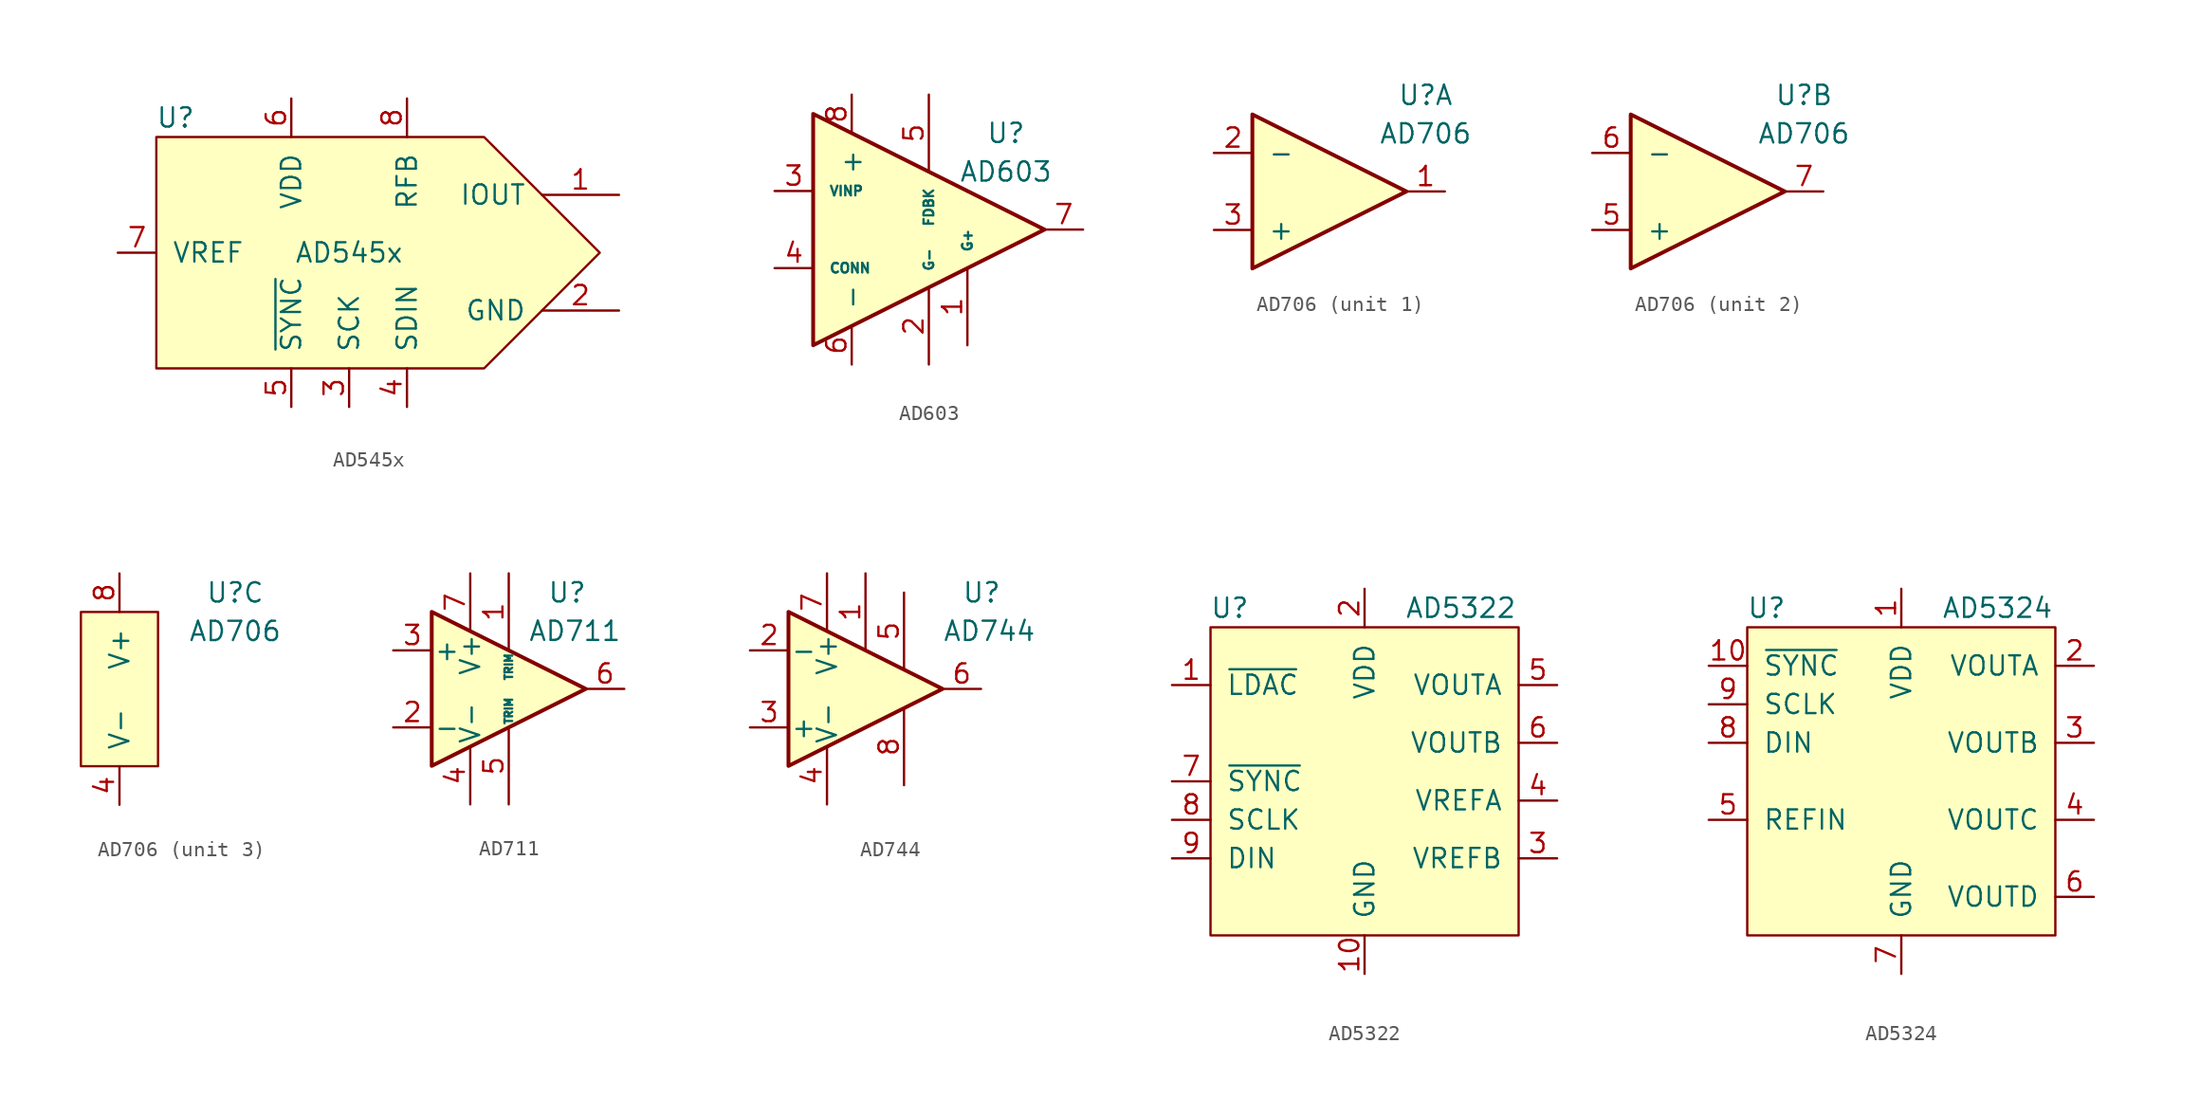
<source format=kicad_sym>
(kicad_symbol_lib
  (version 20211014)
  (generator kicad_symbol_editor)
  (symbol "AD545x"
    (pin_names
      (offset 1.016))
    (property "Reference" "U"
      (at -11.43 8.89 0)
      (effects (font (size 1.27 1.27))))
    (property "Value" "AD545x"
      (at 0 0 0)
      (effects (font (size 1.27 1.27))))
    (symbol "AD545x_0_1"
      (polyline (pts (xy 16.51 0) (xy 8.89 7.62) (xy -12.7 7.62) (xy -12.7 -7.62) (xy 8.89 -7.62) (xy 16.51 0)) (stroke (width 0) (type default) (color 0 0 0 0)) (fill (type background))))
    (symbol "AD545x_1_1"
      (pin output line (at 17.78 3.81 180) (length 5.08) (name "IOUT" (effects (font (size 1.27 1.27)))) (number "1" (effects (font (size 1.27 1.27)))))
      (pin passive line (at 17.78 -3.81 180) (length 5.08) (name "GND" (effects (font (size 1.27 1.27)))) (number "2" (effects (font (size 1.27 1.27)))))
      (pin input line (at 0 -10.16 90) (length 2.54) (name "SCK" (effects (font (size 1.27 1.27)))) (number "3" (effects (font (size 1.27 1.27)))))
      (pin input line (at 3.81 -10.16 90) (length 2.54) (name "SDIN" (effects (font (size 1.27 1.27)))) (number "4" (effects (font (size 1.27 1.27)))))
      (pin input line (at -3.81 -10.16 90) (length 2.54) (name "~{SYNC}" (effects (font (size 1.27 1.27)))) (number "5" (effects (font (size 1.27 1.27)))))
      (pin passive line (at -3.81 10.16 270) (length 2.54) (name "VDD" (effects (font (size 1.27 1.27)))) (number "6" (effects (font (size 1.27 1.27)))))
      (pin input line (at -15.24 0 0) (length 2.54) (name "VREF" (effects (font (size 1.27 1.27)))) (number "7" (effects (font (size 1.27 1.27)))))
      (pin input line (at 3.81 10.16 270) (length 2.54) (name "RFB" (effects (font (size 1.27 1.27)))) (number "8" (effects (font (size 1.27 1.27)))))))
  (symbol "AD603"
    (pin_names
      (offset 1.016))
    (property "Reference" "U"
      (at 6.35 6.35 0)
      (effects (font (size 1.27 1.27))))
    (property "Value" "AD603"
      (at 6.35 3.81 0)
      (effects (font (size 1.27 1.27))))
    (symbol "AD603_1_1"
      (polyline (pts (xy -6.35 7.62) (xy -6.35 -7.62) (xy 8.89 0) (xy -6.35 7.62)) (stroke (width 0.254) (type default) (color 0 0 0 0)) (fill (type background)))
      (pin input line (at 3.81 -7.62 90) (length 5.08) (name "G+" (effects (font (size 0.635 0.635)))) (number "1" (effects (font (size 1.27 1.27)))))
      (pin input line (at 1.27 -8.89 90) (length 5.08) (name "G-" (effects (font (size 0.635 0.635)))) (number "2" (effects (font (size 1.27 1.27)))))
      (pin passive line (at -8.89 2.54 0) (length 2.54) (name "VINP" (effects (font (size 0.635 0.635)))) (number "3" (effects (font (size 1.27 1.27)))))
      (pin passive line (at -8.89 -2.54 0) (length 2.54) (name "CONN" (effects (font (size 0.635 0.635)))) (number "4" (effects (font (size 1.27 1.27)))))
      (pin input line (at 1.27 8.89 270) (length 5.08) (name "FDBK" (effects (font (size 0.635 0.635)))) (number "5" (effects (font (size 1.27 1.27)))))
      (pin power_in line (at -3.81 -8.89 90) (length 2.54) (name "-" (effects (font (size 1.27 1.27)))) (number "6" (effects (font (size 1.27 1.27)))))
      (pin output line (at 11.43 0 180) (length 2.54) (name "~" (effects (font (size 1.27 1.27)))) (number "7" (effects (font (size 1.27 1.27)))))
      (pin power_in line (at -3.81 8.89 270) (length 2.54) (name "+" (effects (font (size 1.27 1.27)))) (number "8" (effects (font (size 1.27 1.27)))))))
  (symbol "AD706"
    (pin_names
      (offset 1.016))
    (property "Reference" "U"
      (at 7.62 6.35 0)
      (effects (font (size 1.27 1.27))))
    (property "Value" "AD706"
      (at 7.62 3.81 0)
      (effects (font (size 1.27 1.27))))
    (symbol "AD706_1_1"
      (polyline (pts (xy -3.81 5.08) (xy 6.35 0) (xy -3.81 -5.08) (xy -3.81 5.08)) (stroke (width 0.254) (type default) (color 0 0 0 0)) (fill (type background)))
      (pin output line (at 8.89 0 180) (length 2.54) (name "~" (effects (font (size 1.27 1.27)))) (number "1" (effects (font (size 1.27 1.27)))))
      (pin input line (at -6.35 2.54 0) (length 2.54) (name "-" (effects (font (size 1.27 1.27)))) (number "2" (effects (font (size 1.27 1.27)))))
      (pin input line (at -6.35 -2.54 0) (length 2.54) (name "+" (effects (font (size 1.27 1.27)))) (number "3" (effects (font (size 1.27 1.27))))))
    (symbol "AD706_2_1"
      (polyline (pts (xy -3.81 5.08) (xy 6.35 0) (xy -3.81 -5.08) (xy -3.81 5.08)) (stroke (width 0.254) (type default) (color 0 0 0 0)) (fill (type background)))
      (pin input line (at -6.35 -2.54 0) (length 2.54) (name "+" (effects (font (size 1.27 1.27)))) (number "5" (effects (font (size 1.27 1.27)))))
      (pin input line (at -6.35 2.54 0) (length 2.54) (name "-" (effects (font (size 1.27 1.27)))) (number "6" (effects (font (size 1.27 1.27)))))
      (pin output line (at 8.89 0 180) (length 2.54) (name "~" (effects (font (size 1.27 1.27)))) (number "7" (effects (font (size 1.27 1.27))))))
    (symbol "AD706_3_1"
      (rectangle (start -2.54 5.08) (end 2.54 -5.08) (stroke (width 0) (type default) (color 0 0 0 0)) (fill (type background)))
      (pin passive line (at 0 -7.62 90) (length 2.54) (name "V-" (effects (font (size 1.27 1.27)))) (number "4" (effects (font (size 1.27 1.27)))))
      (pin passive line (at 0 7.62 270) (length 2.54) (name "V+" (effects (font (size 1.27 1.27)))) (number "8" (effects (font (size 1.27 1.27)))))))
  (symbol "AD711"
    (pin_names
      (offset 0.127))
    (property "Reference" "U"
      (at 2.54 6.35 0)
      (effects (font (size 1.27 1.27)) (justify left)))
    (property "Value" "AD711"
      (at 1.27 3.81 0)
      (effects (font (size 1.27 1.27)) (justify left)))
    (symbol "AD711_0_1"
      (polyline (pts (xy -5.08 5.08) (xy 5.08 0) (xy -5.08 -5.08) (xy -5.08 5.08)) (stroke (width 0.254) (type default) (color 0 0 0 0)) (fill (type background))))
    (symbol "AD711_1_1"
      (pin input line (at 0 7.62 270) (length 5.08) (name "TRIM" (effects (font (size 0.508 0.508)))) (number "1" (effects (font (size 1.27 1.27)))))
      (pin input line (at -7.62 -2.54 0) (length 2.54) (name "-" (effects (font (size 1.27 1.27)))) (number "2" (effects (font (size 1.27 1.27)))))
      (pin input line (at -7.62 2.54 0) (length 2.54) (name "+" (effects (font (size 1.27 1.27)))) (number "3" (effects (font (size 1.27 1.27)))))
      (pin power_in line (at -2.54 -7.62 90) (length 3.81) (name "V-" (effects (font (size 1.27 1.27)))) (number "4" (effects (font (size 1.27 1.27)))))
      (pin input line (at 0 -7.62 90) (length 5.08) (name "TRIM" (effects (font (size 0.508 0.508)))) (number "5" (effects (font (size 1.27 1.27)))))
      (pin output line (at 7.62 0 180) (length 2.54) (name "~" (effects (font (size 1.27 1.27)))) (number "6" (effects (font (size 1.27 1.27)))))
      (pin power_in line (at -2.54 7.62 270) (length 3.81) (name "V+" (effects (font (size 1.27 1.27)))) (number "7" (effects (font (size 1.27 1.27)))))
      (pin no_connect non_logic (at 2.54 -1.27 90) (length 0) hide (name "NC" (effects (font (size 0.508 0.508)))) (number "8" (effects (font (size 1.27 1.27)))))))
  (symbol "AD744"
    (pin_names
      (offset 0.127))
    (property "Reference" "U"
      (at 6.35 6.35 0)
      (effects (font (size 1.27 1.27)) (justify left)))
    (property "Value" "AD744"
      (at 5.08 3.81 0)
      (effects (font (size 1.27 1.27)) (justify left)))
    (symbol "AD744_0_1"
      (polyline (pts (xy -5.08 5.08) (xy 5.08 0) (xy -5.08 -5.08) (xy -5.08 5.08)) (stroke (width 0.254) (type default) (color 0 0 0 0)) (fill (type background))))
    (symbol "AD744_1_1"
      (pin input line (at 0 7.62 270) (length 5.08) (name "~" (effects (font (size 0.508 0.508)))) (number "1" (effects (font (size 1.27 1.27)))))
      (pin input line (at -7.62 2.54 0) (length 2.54) (name "-" (effects (font (size 1.27 1.27)))) (number "2" (effects (font (size 1.27 1.27)))))
      (pin input line (at -7.62 -2.54 0) (length 2.54) (name "+" (effects (font (size 1.27 1.27)))) (number "3" (effects (font (size 1.27 1.27)))))
      (pin power_in line (at -2.54 -7.62 90) (length 3.81) (name "V-" (effects (font (size 1.27 1.27)))) (number "4" (effects (font (size 1.27 1.27)))))
      (pin input line (at 2.54 6.35 270) (length 5.08) (name "~" (effects (font (size 0.508 0.508)))) (number "5" (effects (font (size 1.27 1.27)))))
      (pin output line (at 7.62 0 180) (length 2.54) (name "~" (effects (font (size 1.27 1.27)))) (number "6" (effects (font (size 1.27 1.27)))))
      (pin power_in line (at -2.54 7.62 270) (length 3.81) (name "V+" (effects (font (size 1.27 1.27)))) (number "7" (effects (font (size 1.27 1.27)))))
      (pin input line (at 2.54 -6.35 90) (length 5.08) (name "~" (effects (font (size 0.508 0.508)))) (number "8" (effects (font (size 1.27 1.27)))))))
  (symbol "AD5322"
    (pin_names
      (offset 1.016))
    (property "Reference" "U"
      (at -8.89 10.16 0)
      (effects (font (size 1.27 1.27))))
    (property "Value" "AD5322"
      (at 6.35 10.16 0)
      (effects (font (size 1.27 1.27))))
    (symbol "AD5322_0_0"
      (pin input line (at -12.7 5.08 0) (length 2.54) (name "~{LDAC}" (effects (font (size 1.27 1.27)))) (number "1" (effects (font (size 1.27 1.27)))))
      (pin passive line (at 0 -13.97 90) (length 2.54) (name "GND" (effects (font (size 1.27 1.27)))) (number "10" (effects (font (size 1.27 1.27)))))
      (pin passive line (at 0 11.43 270) (length 2.54) (name "VDD" (effects (font (size 1.27 1.27)))) (number "2" (effects (font (size 1.27 1.27)))))
      (pin passive line (at 12.7 -6.35 180) (length 2.54) (name "VREFB" (effects (font (size 1.27 1.27)))) (number "3" (effects (font (size 1.27 1.27)))))
      (pin passive line (at 12.7 -2.54 180) (length 2.54) (name "VREFA" (effects (font (size 1.27 1.27)))) (number "4" (effects (font (size 1.27 1.27)))))
      (pin output line (at 12.7 5.08 180) (length 2.54) (name "VOUTA" (effects (font (size 1.27 1.27)))) (number "5" (effects (font (size 1.27 1.27)))))
      (pin output line (at 12.7 1.27 180) (length 2.54) (name "VOUTB" (effects (font (size 1.27 1.27)))) (number "6" (effects (font (size 1.27 1.27)))))
      (pin input line (at -12.7 -1.27 0) (length 2.54) (name "~{SYNC}" (effects (font (size 1.27 1.27)))) (number "7" (effects (font (size 1.27 1.27)))))
      (pin input line (at -12.7 -3.81 0) (length 2.54) (name "SCLK" (effects (font (size 1.27 1.27)))) (number "8" (effects (font (size 1.27 1.27)))))
      (pin input line (at -12.7 -6.35 0) (length 2.54) (name "DIN" (effects (font (size 1.27 1.27)))) (number "9" (effects (font (size 1.27 1.27))))))
    (symbol "AD5322_0_1"
      (rectangle (start -10.16 8.89) (end 10.16 -11.43) (stroke (width 0) (type default) (color 0 0 0 0)) (fill (type background)))))
  (symbol "AD5324"
    (pin_names
      (offset 1.016))
    (property "Reference" "U"
      (at -8.89 10.16 0)
      (effects (font (size 1.27 1.27))))
    (property "Value" "AD5324"
      (at 6.35 10.16 0)
      (effects (font (size 1.27 1.27))))
    (symbol "AD5324_0_1"
      (rectangle (start -10.16 8.89) (end 10.16 -11.43) (stroke (width 0) (type default) (color 0 0 0 0)) (fill (type background))))
    (symbol "AD5324_1_1"
      (pin passive line (at 0 11.43 270) (length 2.54) (name "VDD" (effects (font (size 1.27 1.27)))) (number "1" (effects (font (size 1.27 1.27)))))
      (pin input line (at -12.7 6.35 0) (length 2.54) (name "~{SYNC}" (effects (font (size 1.27 1.27)))) (number "10" (effects (font (size 1.27 1.27)))))
      (pin passive line (at 12.7 6.35 180) (length 2.54) (name "VOUTA" (effects (font (size 1.27 1.27)))) (number "2" (effects (font (size 1.27 1.27)))))
      (pin passive line (at 12.7 1.27 180) (length 2.54) (name "VOUTB" (effects (font (size 1.27 1.27)))) (number "3" (effects (font (size 1.27 1.27)))))
      (pin passive line (at 12.7 -3.81 180) (length 2.54) (name "VOUTC" (effects (font (size 1.27 1.27)))) (number "4" (effects (font (size 1.27 1.27)))))
      (pin passive line (at -12.7 -3.81 0) (length 2.54) (name "REFIN" (effects (font (size 1.27 1.27)))) (number "5" (effects (font (size 1.27 1.27)))))
      (pin passive line (at 12.7 -8.89 180) (length 2.54) (name "VOUTD" (effects (font (size 1.27 1.27)))) (number "6" (effects (font (size 1.27 1.27)))))
      (pin passive line (at 0 -13.97 90) (length 2.54) (name "GND" (effects (font (size 1.27 1.27)))) (number "7" (effects (font (size 1.27 1.27)))))
      (pin input line (at -12.7 1.27 0) (length 2.54) (name "DIN" (effects (font (size 1.27 1.27)))) (number "8" (effects (font (size 1.27 1.27)))))
      (pin input line (at -12.7 3.81 0) (length 2.54) (name "SCLK" (effects (font (size 1.27 1.27)))) (number "9" (effects (font (size 1.27 1.27))))))))
</source>
